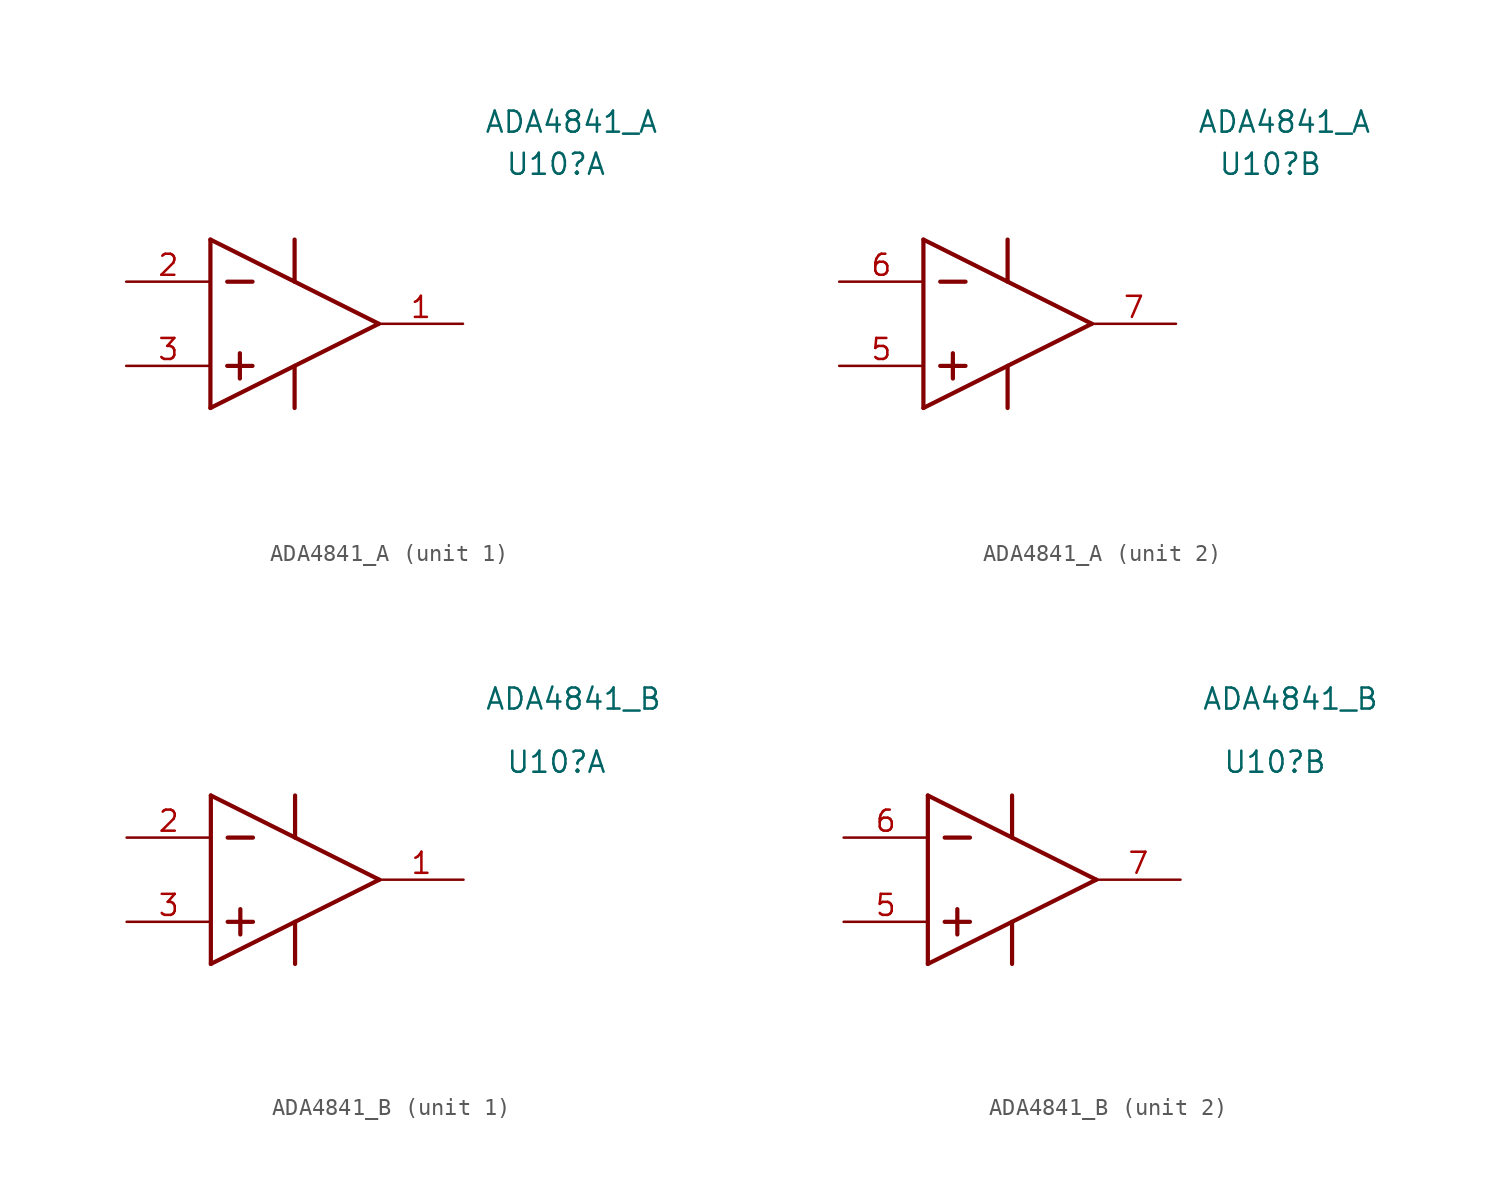
<source format=kicad_sym>
(kicad_symbol_lib
  (version 20211014)
  (generator kicad_symbol_editor)
  (symbol "ADA4841_A"
    (property "Reference" "U10"
      (at 17.78 3.81 0)
      (effects (font (size 1.27 1.27)) (justify left bottom)))
    (property "Value" "ADA4841_A"
      (at 16.51 6.35 0)
      (effects (font (size 1.27 1.27)) (justify left bottom)))
    (symbol "ADA4841_A_-1_0"
      (pin power_in line (at 5.08 -15.24 90) (length 5.08) (name "-VS" (effects (font (size 0 0)))) (number "4" (effects (font (size 1.27 1.27)))))
      (pin power_in line (at 5.08 5.08 270) (length 5.08) (name "+VS" (effects (font (size 0 0)))) (number "8" (effects (font (size 1.27 1.27))))))
    (symbol "ADA4841_A_1_0"
      (polyline (pts (xy 0 -10.16) (xy 10.16 -5.08)) (stroke (width 0.254) (type default) (color 0 0 0 0)) (fill (type none)))
      (polyline (pts (xy 0 0) (xy 0 -10.16)) (stroke (width 0.254) (type default) (color 0 0 0 0)) (fill (type none)))
      (polyline (pts (xy 0 0) (xy 10.16 -5.08)) (stroke (width 0.254) (type default) (color 0 0 0 0)) (fill (type none)))
      (polyline (pts (xy 1.016 -7.62) (xy 2.54 -7.62)) (stroke (width 0.254) (type default) (color 0 0 0 0)) (fill (type none)))
      (polyline (pts (xy 1.016 -2.54) (xy 2.54 -2.54)) (stroke (width 0.254) (type default) (color 0 0 0 0)) (fill (type none)))
      (polyline (pts (xy 1.778 -6.858) (xy 1.778 -8.382)) (stroke (width 0.254) (type default) (color 0 0 0 0)) (fill (type none)))
      (polyline (pts (xy 5.08 -7.62) (xy 5.08 -10.16)) (stroke (width 0.254) (type default) (color 0 0 0 0)) (fill (type none)))
      (polyline (pts (xy 5.08 0) (xy 5.08 -2.54)) (stroke (width 0.254) (type default) (color 0 0 0 0)) (fill (type none)))
      (pin output line (at 15.24 -5.08 180) (length 5.08) (name "OUT_1" (effects (font (size 0 0)))) (number "1" (effects (font (size 1.27 1.27)))))
      (pin input line (at -5.08 -2.54 0) (length 5.08) (name "-IN_1" (effects (font (size 0 0)))) (number "2" (effects (font (size 1.27 1.27)))))
      (pin input line (at -5.08 -7.62 0) (length 5.08) (name "+IN_1" (effects (font (size 0 0)))) (number "3" (effects (font (size 1.27 1.27))))))
    (symbol "ADA4841_A_2_0"
      (polyline (pts (xy 0 -10.16) (xy 10.16 -5.08)) (stroke (width 0.254) (type default) (color 0 0 0 0)) (fill (type none)))
      (polyline (pts (xy 0 0) (xy 0 -10.16)) (stroke (width 0.254) (type default) (color 0 0 0 0)) (fill (type none)))
      (polyline (pts (xy 0 0) (xy 10.16 -5.08)) (stroke (width 0.254) (type default) (color 0 0 0 0)) (fill (type none)))
      (polyline (pts (xy 1.016 -7.62) (xy 2.54 -7.62)) (stroke (width 0.254) (type default) (color 0 0 0 0)) (fill (type none)))
      (polyline (pts (xy 1.016 -2.54) (xy 2.54 -2.54)) (stroke (width 0.254) (type default) (color 0 0 0 0)) (fill (type none)))
      (polyline (pts (xy 1.778 -6.858) (xy 1.778 -8.382)) (stroke (width 0.254) (type default) (color 0 0 0 0)) (fill (type none)))
      (polyline (pts (xy 5.08 -7.62) (xy 5.08 -10.16)) (stroke (width 0.254) (type default) (color 0 0 0 0)) (fill (type none)))
      (polyline (pts (xy 5.08 0) (xy 5.08 -2.54)) (stroke (width 0.254) (type default) (color 0 0 0 0)) (fill (type none)))
      (pin input line (at -5.08 -7.62 0) (length 5.08) (name "+IN_2" (effects (font (size 0 0)))) (number "5" (effects (font (size 1.27 1.27)))))
      (pin input line (at -5.08 -2.54 0) (length 5.08) (name "-IN_2" (effects (font (size 0 0)))) (number "6" (effects (font (size 1.27 1.27)))))
      (pin output line (at 15.24 -5.08 180) (length 5.08) (name "OUT_2" (effects (font (size 0 0)))) (number "7" (effects (font (size 1.27 1.27)))))))
  (symbol "ADA4841_B"
    (property "Reference" "U10"
      (at 17.78 1.27 0)
      (effects (font (size 1.27 1.27)) (justify left bottom)))
    (property "Value" "ADA4841_B"
      (at 16.51 5.08 0)
      (effects (font (size 1.27 1.27)) (justify left bottom)))
    (symbol "ADA4841_B_-1_0"
      (pin power_in line (at 5.08 -15.24 90) (length 5.08) (name "-VS" (effects (font (size 0 0)))) (number "4" (effects (font (size 1.27 1.27)))))
      (pin power_in line (at 5.08 5.08 270) (length 5.08) (name "+VS" (effects (font (size 0 0)))) (number "8" (effects (font (size 1.27 1.27))))))
    (symbol "ADA4841_B_1_0"
      (polyline (pts (xy 0 -10.16) (xy 10.16 -5.08)) (stroke (width 0.254) (type default) (color 0 0 0 0)) (fill (type none)))
      (polyline (pts (xy 0 0) (xy 0 -10.16)) (stroke (width 0.254) (type default) (color 0 0 0 0)) (fill (type none)))
      (polyline (pts (xy 0 0) (xy 10.16 -5.08)) (stroke (width 0.254) (type default) (color 0 0 0 0)) (fill (type none)))
      (polyline (pts (xy 1.016 -7.62) (xy 2.54 -7.62)) (stroke (width 0.254) (type default) (color 0 0 0 0)) (fill (type none)))
      (polyline (pts (xy 1.016 -2.54) (xy 2.54 -2.54)) (stroke (width 0.254) (type default) (color 0 0 0 0)) (fill (type none)))
      (polyline (pts (xy 1.778 -6.858) (xy 1.778 -8.382)) (stroke (width 0.254) (type default) (color 0 0 0 0)) (fill (type none)))
      (polyline (pts (xy 5.08 -7.62) (xy 5.08 -10.16)) (stroke (width 0.254) (type default) (color 0 0 0 0)) (fill (type none)))
      (polyline (pts (xy 5.08 0) (xy 5.08 -2.54)) (stroke (width 0.254) (type default) (color 0 0 0 0)) (fill (type none)))
      (pin output line (at 15.24 -5.08 180) (length 5.08) (name "OUT_1" (effects (font (size 0 0)))) (number "1" (effects (font (size 1.27 1.27)))))
      (pin input line (at -5.08 -2.54 0) (length 5.08) (name "-IN_1" (effects (font (size 0 0)))) (number "2" (effects (font (size 1.27 1.27)))))
      (pin input line (at -5.08 -7.62 0) (length 5.08) (name "+IN_1" (effects (font (size 0 0)))) (number "3" (effects (font (size 1.27 1.27))))))
    (symbol "ADA4841_B_2_0"
      (polyline (pts (xy 0 -10.16) (xy 10.16 -5.08)) (stroke (width 0.254) (type default) (color 0 0 0 0)) (fill (type none)))
      (polyline (pts (xy 0 0) (xy 0 -10.16)) (stroke (width 0.254) (type default) (color 0 0 0 0)) (fill (type none)))
      (polyline (pts (xy 0 0) (xy 10.16 -5.08)) (stroke (width 0.254) (type default) (color 0 0 0 0)) (fill (type none)))
      (polyline (pts (xy 1.016 -7.62) (xy 2.54 -7.62)) (stroke (width 0.254) (type default) (color 0 0 0 0)) (fill (type none)))
      (polyline (pts (xy 1.016 -2.54) (xy 2.54 -2.54)) (stroke (width 0.254) (type default) (color 0 0 0 0)) (fill (type none)))
      (polyline (pts (xy 1.778 -6.858) (xy 1.778 -8.382)) (stroke (width 0.254) (type default) (color 0 0 0 0)) (fill (type none)))
      (polyline (pts (xy 5.08 -7.62) (xy 5.08 -10.16)) (stroke (width 0.254) (type default) (color 0 0 0 0)) (fill (type none)))
      (polyline (pts (xy 5.08 0) (xy 5.08 -2.54)) (stroke (width 0.254) (type default) (color 0 0 0 0)) (fill (type none)))
      (pin input line (at -5.08 -7.62 0) (length 5.08) (name "+IN_2" (effects (font (size 0 0)))) (number "5" (effects (font (size 1.27 1.27)))))
      (pin input line (at -5.08 -2.54 0) (length 5.08) (name "-IN_2" (effects (font (size 0 0)))) (number "6" (effects (font (size 1.27 1.27)))))
      (pin output line (at 15.24 -5.08 180) (length 5.08) (name "OUT_2" (effects (font (size 0 0)))) (number "7" (effects (font (size 1.27 1.27))))))))
</source>
